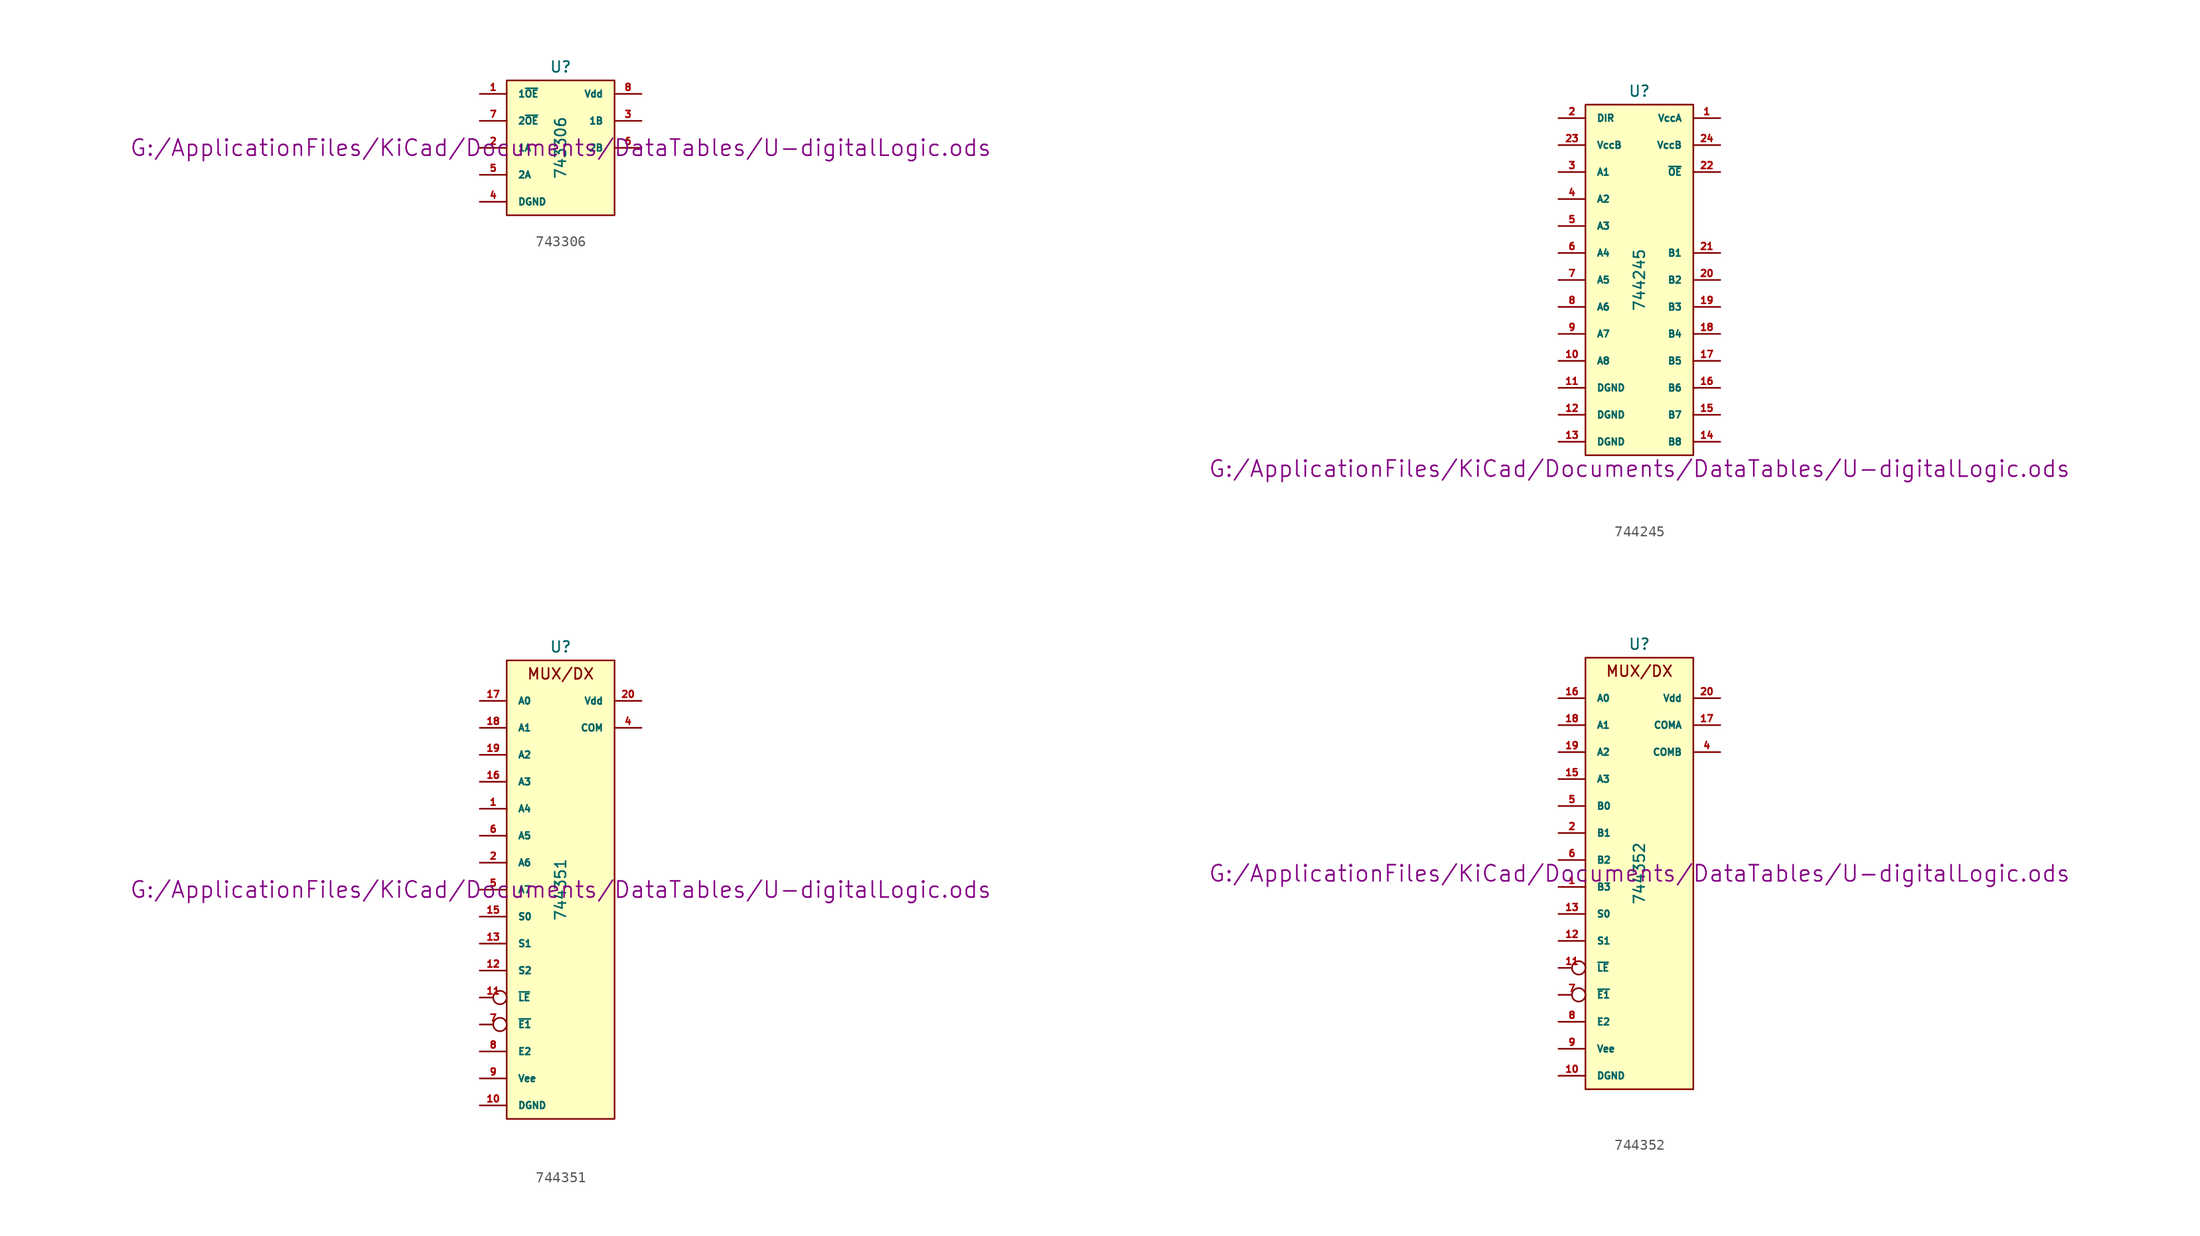
<source format=kicad_sym>
(kicad_symbol_lib
  (version 20211014)
  (generator kicad_symbol_editor)
  (symbol "743306"
    (pin_names
      (offset 1.016))
    (property "Reference" "U"
      (at 0 7.62 0)
      (effects (font (size 1.016 1.016))))
    (property "Value" "743306"
      (at 0 0 90)
      (effects (font (size 1.016 1.016))))
    (property "Footprint" ""
      (at 0 0 0)
      (effects (font (size 1.524 1.524))))
    (property "Datasheet" "G:/ApplicationFiles/KiCad/Documents/DataTables/U-digitalLogic.ods"
      (at 0 0 0)
      (effects (font (size 1.524 1.524))))
    (symbol "743306_0_1"
      (rectangle (start -5.08 6.35) (end 5.08 -6.35) (stroke (width 0) (type default) (color 0 0 0 0)) (fill (type background))))
    (symbol "743306_1_1"
      (pin input line (at -7.62 5.08 0) (length 2.54) (name "1~{OE}" (effects (font (size 0.635 0.635)))) (number "1" (effects (font (size 0.635 0.635)))))
      (pin bidirectional line (at -7.62 0 0) (length 2.54) (name "1A" (effects (font (size 0.635 0.635)))) (number "2" (effects (font (size 0.635 0.635)))))
      (pin bidirectional line (at 7.62 2.54 180) (length 2.54) (name "1B" (effects (font (size 0.635 0.635)))) (number "3" (effects (font (size 0.635 0.635)))))
      (pin power_in line (at -7.62 -5.08 0) (length 2.54) (name "DGND" (effects (font (size 0.635 0.635)))) (number "4" (effects (font (size 0.635 0.635)))))
      (pin bidirectional line (at -7.62 -2.54 0) (length 2.54) (name "2A" (effects (font (size 0.635 0.635)))) (number "5" (effects (font (size 0.635 0.635)))))
      (pin bidirectional line (at 7.62 0 180) (length 2.54) (name "2B" (effects (font (size 0.635 0.635)))) (number "6" (effects (font (size 0.635 0.635)))))
      (pin input line (at -7.62 2.54 0) (length 2.54) (name "2~{OE}" (effects (font (size 0.635 0.635)))) (number "7" (effects (font (size 0.635 0.635)))))
      (pin power_in line (at 7.62 5.08 180) (length 2.54) (name "Vdd" (effects (font (size 0.635 0.635)))) (number "8" (effects (font (size 0.635 0.635)))))))
  (symbol "744245"
    (pin_names
      (offset 1.016))
    (property "Reference" "U"
      (at 0 17.78 0)
      (effects (font (size 1.016 1.016))))
    (property "Value" "744245"
      (at 0 0 90)
      (effects (font (size 1.016 1.016))))
    (property "Footprint" ""
      (at 0 -17.78 0)
      (effects (font (size 1.524 1.524))))
    (property "Datasheet" "G:/ApplicationFiles/KiCad/Documents/DataTables/U-digitalLogic.ods"
      (at 0 -17.78 0)
      (effects (font (size 1.524 1.524))))
    (symbol "744245_0_1"
      (rectangle (start -5.08 16.51) (end 5.08 -16.51) (stroke (width 0) (type default) (color 0 0 0 0)) (fill (type background))))
    (symbol "744245_1_1"
      (pin power_in line (at 7.62 15.24 180) (length 2.54) (name "VccA" (effects (font (size 0.635 0.635)))) (number "1" (effects (font (size 0.635 0.635)))))
      (pin tri_state line (at -7.62 -7.62 0) (length 2.54) (name "A8" (effects (font (size 0.635 0.635)))) (number "10" (effects (font (size 0.635 0.635)))))
      (pin power_in line (at -7.62 -10.16 0) (length 2.54) (name "DGND" (effects (font (size 0.635 0.635)))) (number "11" (effects (font (size 0.635 0.635)))))
      (pin power_in line (at -7.62 -12.7 0) (length 2.54) (name "DGND" (effects (font (size 0.635 0.635)))) (number "12" (effects (font (size 0.635 0.635)))))
      (pin power_in line (at -7.62 -15.24 0) (length 2.54) (name "DGND" (effects (font (size 0.635 0.635)))) (number "13" (effects (font (size 0.635 0.635)))))
      (pin tri_state line (at 7.62 -15.24 180) (length 2.54) (name "B8" (effects (font (size 0.635 0.635)))) (number "14" (effects (font (size 0.635 0.635)))))
      (pin tri_state line (at 7.62 -12.7 180) (length 2.54) (name "B7" (effects (font (size 0.635 0.635)))) (number "15" (effects (font (size 0.635 0.635)))))
      (pin tri_state line (at 7.62 -10.16 180) (length 2.54) (name "B6" (effects (font (size 0.635 0.635)))) (number "16" (effects (font (size 0.635 0.635)))))
      (pin tri_state line (at 7.62 -7.62 180) (length 2.54) (name "B5" (effects (font (size 0.635 0.635)))) (number "17" (effects (font (size 0.635 0.635)))))
      (pin tri_state line (at 7.62 -5.08 180) (length 2.54) (name "B4" (effects (font (size 0.635 0.635)))) (number "18" (effects (font (size 0.635 0.635)))))
      (pin tri_state line (at 7.62 -2.54 180) (length 2.54) (name "B3" (effects (font (size 0.635 0.635)))) (number "19" (effects (font (size 0.635 0.635)))))
      (pin input line (at -7.62 15.24 0) (length 2.54) (name "DIR" (effects (font (size 0.635 0.635)))) (number "2" (effects (font (size 0.635 0.635)))))
      (pin tri_state line (at 7.62 0 180) (length 2.54) (name "B2" (effects (font (size 0.635 0.635)))) (number "20" (effects (font (size 0.635 0.635)))))
      (pin tri_state line (at 7.62 2.54 180) (length 2.54) (name "B1" (effects (font (size 0.635 0.635)))) (number "21" (effects (font (size 0.635 0.635)))))
      (pin output line (at 7.62 10.16 180) (length 2.54) (name "~{OE}" (effects (font (size 0.635 0.635)))) (number "22" (effects (font (size 0.635 0.635)))))
      (pin power_in line (at -7.62 12.7 0) (length 2.54) (name "VccB" (effects (font (size 0.635 0.635)))) (number "23" (effects (font (size 0.635 0.635)))))
      (pin power_in line (at 7.62 12.7 180) (length 2.54) (name "VccB" (effects (font (size 0.635 0.635)))) (number "24" (effects (font (size 0.635 0.635)))))
      (pin tri_state line (at -7.62 10.16 0) (length 2.54) (name "A1" (effects (font (size 0.635 0.635)))) (number "3" (effects (font (size 0.635 0.635)))))
      (pin tri_state line (at -7.62 7.62 0) (length 2.54) (name "A2" (effects (font (size 0.635 0.635)))) (number "4" (effects (font (size 0.635 0.635)))))
      (pin tri_state line (at -7.62 5.08 0) (length 2.54) (name "A3" (effects (font (size 0.635 0.635)))) (number "5" (effects (font (size 0.635 0.635)))))
      (pin tri_state line (at -7.62 2.54 0) (length 2.54) (name "A4" (effects (font (size 0.635 0.635)))) (number "6" (effects (font (size 0.635 0.635)))))
      (pin tri_state line (at -7.62 0 0) (length 2.54) (name "A5" (effects (font (size 0.635 0.635)))) (number "7" (effects (font (size 0.635 0.635)))))
      (pin tri_state line (at -7.62 -2.54 0) (length 2.54) (name "A6" (effects (font (size 0.635 0.635)))) (number "8" (effects (font (size 0.635 0.635)))))
      (pin tri_state line (at -7.62 -5.08 0) (length 2.54) (name "A7" (effects (font (size 0.635 0.635)))) (number "9" (effects (font (size 0.635 0.635)))))))
  (symbol "744351"
    (pin_names
      (offset 1.016))
    (property "Reference" "U"
      (at 0 22.86 0)
      (effects (font (size 1.016 1.016))))
    (property "Value" "744351"
      (at 0 0 90)
      (effects (font (size 1.016 1.016))))
    (property "Footprint" ""
      (at 0 0 0)
      (effects (font (size 1.524 1.524))))
    (property "Datasheet" "G:/ApplicationFiles/KiCad/Documents/DataTables/U-digitalLogic.ods"
      (at 0 0 0)
      (effects (font (size 1.524 1.524))))
    (symbol "744351_0_0"
      (text "MUX/DX" (at 0 20.32 0) (effects (font (size 1.016 1.016)))))
    (symbol "744351_0_1"
      (rectangle (start -5.08 21.59) (end 5.08 -21.59) (stroke (width 0) (type default) (color 0 0 0 0)) (fill (type background))))
    (symbol "744351_1_1"
      (pin bidirectional line (at -7.62 7.62 0) (length 2.54) (name "A4" (effects (font (size 0.635 0.635)))) (number "1" (effects (font (size 0.635 0.635)))))
      (pin power_in line (at -7.62 -20.32 0) (length 2.54) (name "DGND" (effects (font (size 0.635 0.635)))) (number "10" (effects (font (size 0.635 0.635)))))
      (pin input inverted (at -7.62 -10.16 0) (length 2.54) (name "~{LE}" (effects (font (size 0.635 0.635)))) (number "11" (effects (font (size 0.635 0.635)))))
      (pin input line (at -7.62 -7.62 0) (length 2.54) (name "S2" (effects (font (size 0.635 0.635)))) (number "12" (effects (font (size 0.635 0.635)))))
      (pin input line (at -7.62 -5.08 0) (length 2.54) (name "S1" (effects (font (size 0.635 0.635)))) (number "13" (effects (font (size 0.635 0.635)))))
      (pin input line (at -7.62 -2.54 0) (length 2.54) (name "S0" (effects (font (size 0.635 0.635)))) (number "15" (effects (font (size 0.635 0.635)))))
      (pin bidirectional line (at -7.62 10.16 0) (length 2.54) (name "A3" (effects (font (size 0.635 0.635)))) (number "16" (effects (font (size 0.635 0.635)))))
      (pin bidirectional line (at -7.62 17.78 0) (length 2.54) (name "A0" (effects (font (size 0.635 0.635)))) (number "17" (effects (font (size 0.635 0.635)))))
      (pin bidirectional line (at -7.62 15.24 0) (length 2.54) (name "A1" (effects (font (size 0.635 0.635)))) (number "18" (effects (font (size 0.635 0.635)))))
      (pin bidirectional line (at -7.62 12.7 0) (length 2.54) (name "A2" (effects (font (size 0.635 0.635)))) (number "19" (effects (font (size 0.635 0.635)))))
      (pin bidirectional line (at -7.62 2.54 0) (length 2.54) (name "A6" (effects (font (size 0.635 0.635)))) (number "2" (effects (font (size 0.635 0.635)))))
      (pin power_in line (at 7.62 17.78 180) (length 2.54) (name "Vdd" (effects (font (size 0.635 0.635)))) (number "20" (effects (font (size 0.635 0.635)))))
      (pin bidirectional line (at 7.62 15.24 180) (length 2.54) (name "COM" (effects (font (size 0.635 0.635)))) (number "4" (effects (font (size 0.635 0.635)))))
      (pin bidirectional line (at -7.62 0 0) (length 2.54) (name "A7" (effects (font (size 0.635 0.635)))) (number "5" (effects (font (size 0.635 0.635)))))
      (pin bidirectional line (at -7.62 5.08 0) (length 2.54) (name "A5" (effects (font (size 0.635 0.635)))) (number "6" (effects (font (size 0.635 0.635)))))
      (pin input inverted (at -7.62 -12.7 0) (length 2.54) (name "~{E1}" (effects (font (size 0.635 0.635)))) (number "7" (effects (font (size 0.635 0.635)))))
      (pin input line (at -7.62 -15.24 0) (length 2.54) (name "E2" (effects (font (size 0.635 0.635)))) (number "8" (effects (font (size 0.635 0.635)))))
      (pin power_in line (at -7.62 -17.78 0) (length 2.54) (name "Vee" (effects (font (size 0.635 0.635)))) (number "9" (effects (font (size 0.635 0.635)))))))
  (symbol "744352"
    (pin_names
      (offset 1.016))
    (property "Reference" "U"
      (at 0 21.59 0)
      (effects (font (size 1.016 1.016))))
    (property "Value" "744352"
      (at 0 0 90)
      (effects (font (size 1.016 1.016))))
    (property "Footprint" ""
      (at 0 0 0)
      (effects (font (size 1.524 1.524))))
    (property "Datasheet" "G:/ApplicationFiles/KiCad/Documents/DataTables/U-digitalLogic.ods"
      (at 0 0 0)
      (effects (font (size 1.524 1.524))))
    (symbol "744352_0_0"
      (text "MUX/DX" (at 0 19.05 0) (effects (font (size 1.016 1.016)))))
    (symbol "744352_0_1"
      (rectangle (start -5.08 20.32) (end 5.08 -20.32) (stroke (width 0) (type default) (color 0 0 0 0)) (fill (type background))))
    (symbol "744352_1_1"
      (pin bidirectional line (at -7.62 -1.27 0) (length 2.54) (name "B3" (effects (font (size 0.635 0.635)))) (number "1" (effects (font (size 0.635 0.635)))))
      (pin power_in line (at -7.62 -19.05 0) (length 2.54) (name "DGND" (effects (font (size 0.635 0.635)))) (number "10" (effects (font (size 0.635 0.635)))))
      (pin input inverted (at -7.62 -8.89 0) (length 2.54) (name "~{LE}" (effects (font (size 0.635 0.635)))) (number "11" (effects (font (size 0.635 0.635)))))
      (pin input line (at -7.62 -6.35 0) (length 2.54) (name "S1" (effects (font (size 0.635 0.635)))) (number "12" (effects (font (size 0.635 0.635)))))
      (pin input line (at -7.62 -3.81 0) (length 2.54) (name "S0" (effects (font (size 0.635 0.635)))) (number "13" (effects (font (size 0.635 0.635)))))
      (pin bidirectional line (at -7.62 8.89 0) (length 2.54) (name "A3" (effects (font (size 0.635 0.635)))) (number "15" (effects (font (size 0.635 0.635)))))
      (pin bidirectional line (at -7.62 16.51 0) (length 2.54) (name "A0" (effects (font (size 0.635 0.635)))) (number "16" (effects (font (size 0.635 0.635)))))
      (pin bidirectional line (at 7.62 13.97 180) (length 2.54) (name "COMA" (effects (font (size 0.635 0.635)))) (number "17" (effects (font (size 0.635 0.635)))))
      (pin bidirectional line (at -7.62 13.97 0) (length 2.54) (name "A1" (effects (font (size 0.635 0.635)))) (number "18" (effects (font (size 0.635 0.635)))))
      (pin bidirectional line (at -7.62 11.43 0) (length 2.54) (name "A2" (effects (font (size 0.635 0.635)))) (number "19" (effects (font (size 0.635 0.635)))))
      (pin bidirectional line (at -7.62 3.81 0) (length 2.54) (name "B1" (effects (font (size 0.635 0.635)))) (number "2" (effects (font (size 0.635 0.635)))))
      (pin power_in line (at 7.62 16.51 180) (length 2.54) (name "Vdd" (effects (font (size 0.635 0.635)))) (number "20" (effects (font (size 0.635 0.635)))))
      (pin bidirectional line (at 7.62 11.43 180) (length 2.54) (name "COMB" (effects (font (size 0.635 0.635)))) (number "4" (effects (font (size 0.635 0.635)))))
      (pin bidirectional line (at -7.62 6.35 0) (length 2.54) (name "B0" (effects (font (size 0.635 0.635)))) (number "5" (effects (font (size 0.635 0.635)))))
      (pin bidirectional line (at -7.62 1.27 0) (length 2.54) (name "B2" (effects (font (size 0.635 0.635)))) (number "6" (effects (font (size 0.635 0.635)))))
      (pin input inverted (at -7.62 -11.43 0) (length 2.54) (name "~{E1}" (effects (font (size 0.635 0.635)))) (number "7" (effects (font (size 0.635 0.635)))))
      (pin input line (at -7.62 -13.97 0) (length 2.54) (name "E2" (effects (font (size 0.635 0.635)))) (number "8" (effects (font (size 0.635 0.635)))))
      (pin power_in line (at -7.62 -16.51 0) (length 2.54) (name "Vee" (effects (font (size 0.635 0.635)))) (number "9" (effects (font (size 0.635 0.635))))))))
</source>
